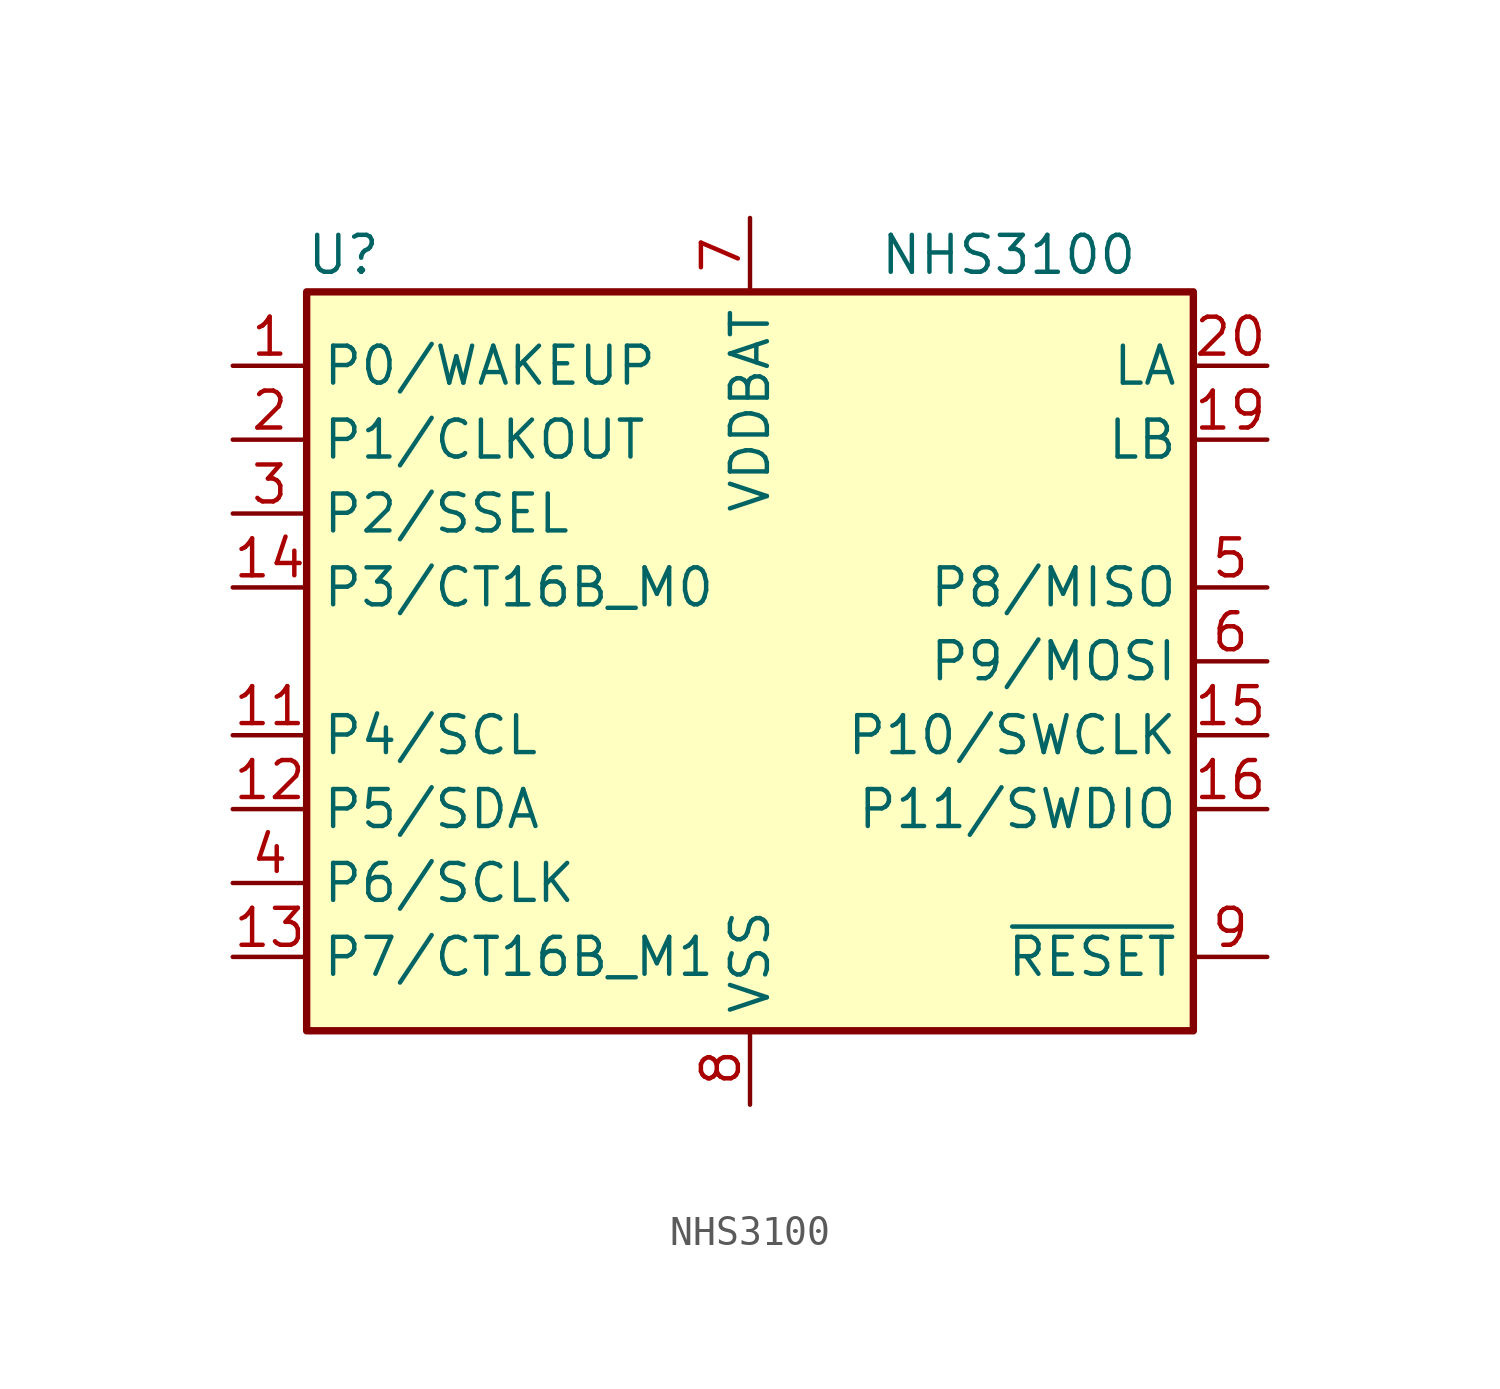
<source format=kicad_sym>
(kicad_symbol_lib
  (version 20211014)
  (generator kicad_symbol_editor)
  (symbol "NHS3100"
    (property "Reference" "U"
      (at -13.97 13.97 0)
      (effects (font (size 1.27 1.27))))
    (property "Value" "NHS3100"
      (at 8.89 13.97 0)
      (effects (font (size 1.27 1.27))))
    (symbol "NHS3100_0_1"
      (rectangle (start 15.24 -12.7) (end -15.24 12.7) (stroke (width 0.254) (type default) (color 0 0 0 0)) (fill (type background))))
    (symbol "NHS3100_1_1"
      (pin bidirectional line (at -17.78 10.16 0) (length 2.54) (name "P0/WAKEUP" (effects (font (size 1.27 1.27)))) (number "1" (effects (font (size 1.27 1.27)))))
      (pin no_connect line (at -15.24 0 0) (length 2.54) hide (name "reserved" (effects (font (size 1.27 1.27)))) (number "10" (effects (font (size 1.27 1.27)))))
      (pin bidirectional line (at -17.78 -2.54 0) (length 2.54) (name "P4/SCL" (effects (font (size 1.27 1.27)))) (number "11" (effects (font (size 1.27 1.27)))))
      (pin bidirectional line (at -17.78 -5.08 0) (length 2.54) (name "P5/SDA" (effects (font (size 1.27 1.27)))) (number "12" (effects (font (size 1.27 1.27)))))
      (pin bidirectional line (at -17.78 -10.16 0) (length 2.54) (name "P7/CT16B_M1" (effects (font (size 1.27 1.27)))) (number "13" (effects (font (size 1.27 1.27)))))
      (pin bidirectional line (at -17.78 2.54 0) (length 2.54) (name "P3/CT16B_M0" (effects (font (size 1.27 1.27)))) (number "14" (effects (font (size 1.27 1.27)))))
      (pin bidirectional line (at 17.78 -2.54 180) (length 2.54) (name "P10/SWCLK" (effects (font (size 1.27 1.27)))) (number "15" (effects (font (size 1.27 1.27)))))
      (pin bidirectional line (at 17.78 -5.08 180) (length 2.54) (name "P11/SWDIO" (effects (font (size 1.27 1.27)))) (number "16" (effects (font (size 1.27 1.27)))))
      (pin passive line (at 0 -15.24 90) (length 2.54) hide (name "VSS" (effects (font (size 1.27 1.27)))) (number "17" (effects (font (size 1.27 1.27)))))
      (pin passive line (at 0 -15.24 90) (length 2.54) hide (name "VSS" (effects (font (size 1.27 1.27)))) (number "18" (effects (font (size 1.27 1.27)))))
      (pin passive line (at 17.78 7.62 180) (length 2.54) (name "LB" (effects (font (size 1.27 1.27)))) (number "19" (effects (font (size 1.27 1.27)))))
      (pin bidirectional line (at -17.78 7.62 0) (length 2.54) (name "P1/CLKOUT" (effects (font (size 1.27 1.27)))) (number "2" (effects (font (size 1.27 1.27)))))
      (pin passive line (at 17.78 10.16 180) (length 2.54) (name "LA" (effects (font (size 1.27 1.27)))) (number "20" (effects (font (size 1.27 1.27)))))
      (pin passive line (at 0 -15.24 90) (length 2.54) hide (name "VSS" (effects (font (size 1.27 1.27)))) (number "21" (effects (font (size 1.27 1.27)))))
      (pin passive line (at 0 -15.24 90) (length 2.54) hide (name "VSS" (effects (font (size 1.27 1.27)))) (number "22" (effects (font (size 1.27 1.27)))))
      (pin passive line (at 0 -15.24 90) (length 2.54) hide (name "VSS" (effects (font (size 1.27 1.27)))) (number "23" (effects (font (size 1.27 1.27)))))
      (pin passive line (at 0 -15.24 90) (length 2.54) hide (name "VSS" (effects (font (size 1.27 1.27)))) (number "24" (effects (font (size 1.27 1.27)))))
      (pin passive line (at 0 -15.24 90) (length 2.54) hide (name "VSS" (effects (font (size 1.27 1.27)))) (number "25" (effects (font (size 1.27 1.27)))))
      (pin bidirectional line (at -17.78 5.08 0) (length 2.54) (name "P2/SSEL" (effects (font (size 1.27 1.27)))) (number "3" (effects (font (size 1.27 1.27)))))
      (pin bidirectional line (at -17.78 -7.62 0) (length 2.54) (name "P6/SCLK" (effects (font (size 1.27 1.27)))) (number "4" (effects (font (size 1.27 1.27)))))
      (pin bidirectional line (at 17.78 2.54 180) (length 2.54) (name "P8/MISO" (effects (font (size 1.27 1.27)))) (number "5" (effects (font (size 1.27 1.27)))))
      (pin bidirectional line (at 17.78 0 180) (length 2.54) (name "P9/MOSI" (effects (font (size 1.27 1.27)))) (number "6" (effects (font (size 1.27 1.27)))))
      (pin power_in line (at 0 15.24 270) (length 2.54) (name "VDDBAT" (effects (font (size 1.27 1.27)))) (number "7" (effects (font (size 1.27 1.27)))))
      (pin power_in line (at 0 -15.24 90) (length 2.54) (name "VSS" (effects (font (size 1.27 1.27)))) (number "8" (effects (font (size 1.27 1.27)))))
      (pin input line (at 17.78 -10.16 180) (length 2.54) (name "~{RESET}" (effects (font (size 1.27 1.27)))) (number "9" (effects (font (size 1.27 1.27))))))))
</source>
